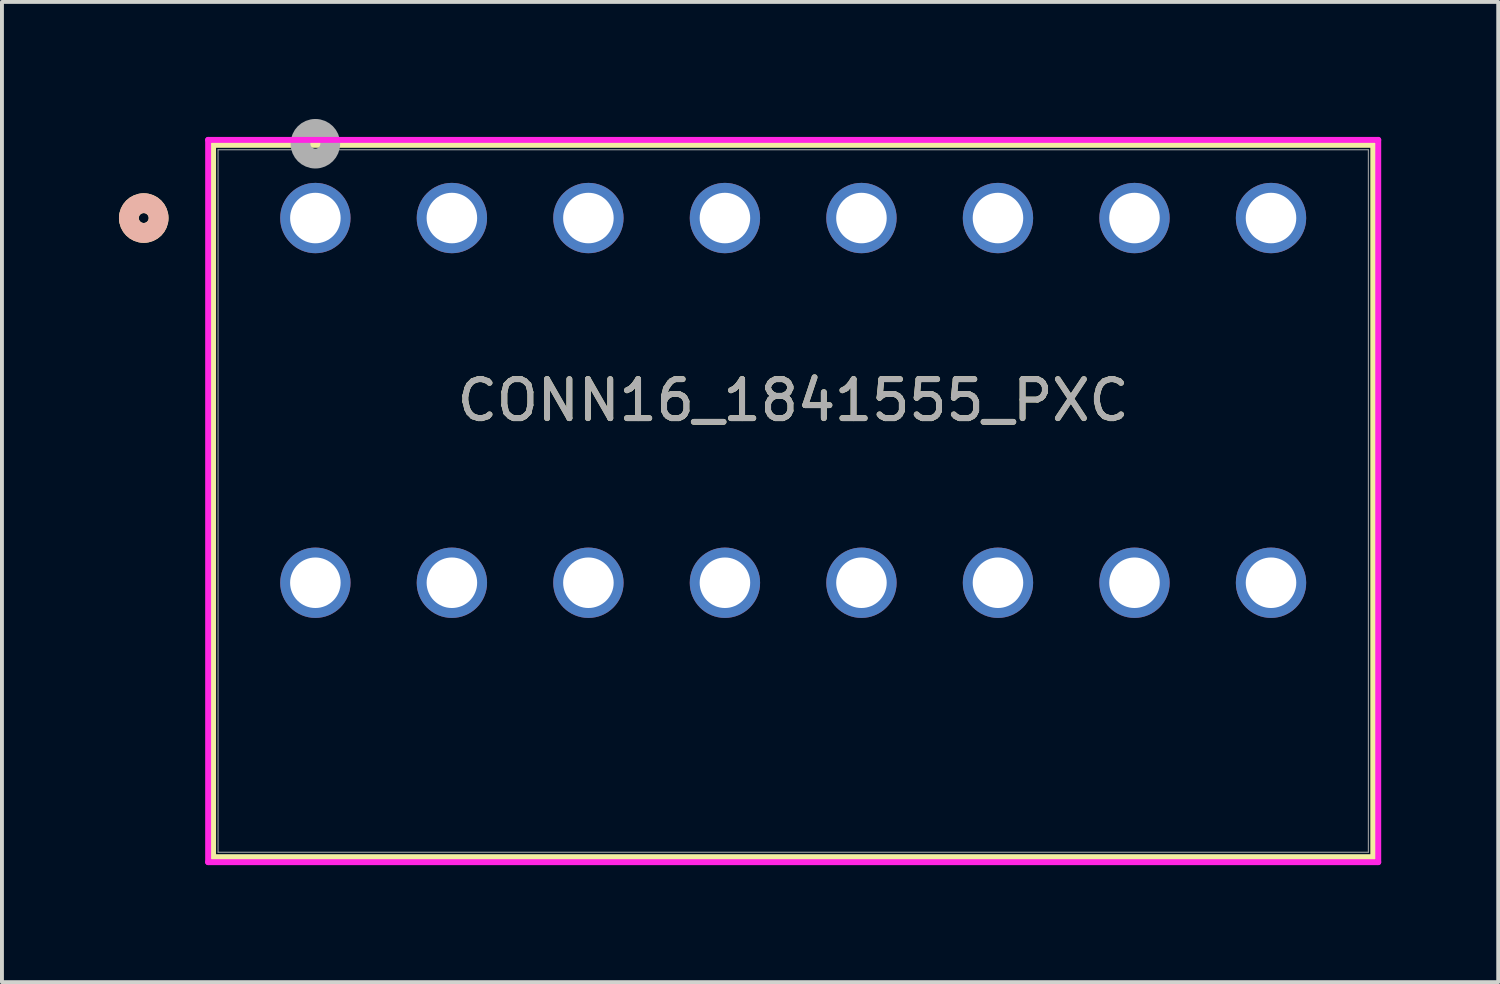
<source format=kicad_pcb>
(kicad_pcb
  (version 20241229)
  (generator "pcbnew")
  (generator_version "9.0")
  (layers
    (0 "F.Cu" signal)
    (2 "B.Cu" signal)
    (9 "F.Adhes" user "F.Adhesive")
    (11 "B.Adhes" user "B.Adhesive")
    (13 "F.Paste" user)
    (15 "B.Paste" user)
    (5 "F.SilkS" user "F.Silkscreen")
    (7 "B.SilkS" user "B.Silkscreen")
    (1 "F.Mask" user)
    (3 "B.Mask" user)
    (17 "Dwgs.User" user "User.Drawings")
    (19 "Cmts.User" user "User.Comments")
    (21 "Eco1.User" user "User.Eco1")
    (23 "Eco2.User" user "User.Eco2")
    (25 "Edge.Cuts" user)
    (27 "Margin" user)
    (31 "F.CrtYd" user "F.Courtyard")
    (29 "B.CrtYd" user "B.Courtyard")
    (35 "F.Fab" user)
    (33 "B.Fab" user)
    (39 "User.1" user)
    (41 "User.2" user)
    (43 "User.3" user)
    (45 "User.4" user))
  (footprint "CONN16_1841555_PXC"
    (layer "F.Cu")
    (at 5.035 2.54)
    (property "Reference" "CONN16_1841555_PXC" (at 12.25 4.675 0) (unlocked yes) (layer "F.SilkS") (effects (font (size 1 1) (thickness 0.15))))
    (attr through_hole)
    (fp_line (start -2.622 -1.877) (end -2.622 16.386) (stroke (width 0.152) (type solid)) (layer "F.SilkS"))
    (fp_line (start -2.622 16.386) (end 27.122 16.386) (stroke (width 0.152) (type solid)) (layer "F.SilkS"))
    (fp_line (start 27.122 -1.877) (end -2.622 -1.877) (stroke (width 0.152) (type solid)) (layer "F.SilkS"))
    (fp_line (start 27.122 16.386) (end 27.122 -1.877) (stroke (width 0.152) (type solid)) (layer "F.SilkS"))
    (fp_circle (center -4.4 0) (end -4.019 0) (stroke (width 0.508) (type solid)) (fill no) (layer "F.SilkS"))
    (fp_circle (center -4.4 0) (end -4.019 0) (stroke (width 0.508) (type solid)) (fill no) (layer "B.SilkS"))
    (fp_line (start -2.749 -2.004) (end -2.749 16.513) (stroke (width 0.152) (type solid)) (layer "F.CrtYd"))
    (fp_line (start -2.749 16.513) (end 27.249 16.513) (stroke (width 0.152) (type solid)) (layer "F.CrtYd"))
    (fp_line (start 27.249 -2.004) (end -2.749 -2.004) (stroke (width 0.152) (type solid)) (layer "F.CrtYd"))
    (fp_line (start 27.249 16.513) (end 27.249 -2.004) (stroke (width 0.152) (type solid)) (layer "F.CrtYd"))
    (fp_line (start -2.495 -1.75) (end -2.495 16.259) (stroke (width 0.025) (type solid)) (layer "F.Fab"))
    (fp_line (start -2.495 16.259) (end 26.995 16.259) (stroke (width 0.025) (type solid)) (layer "F.Fab"))
    (fp_line (start 26.995 -1.75) (end -2.495 -1.75) (stroke (width 0.025) (type solid)) (layer "F.Fab"))
    (fp_line (start 26.995 16.259) (end 26.995 -1.75) (stroke (width 0.025) (type solid)) (layer "F.Fab"))
    (fp_circle (center 0 -1.905) (end 0.381 -1.905) (stroke (width 0.508) (type solid)) (fill no) (layer "F.Fab"))
    (fp_text user "${REFERENCE}" (at 12.25 4.675 0) (unlocked yes) (layer "F.Fab") (effects (font (size 1 1) (thickness 0.15))))
    (pad "1" thru_hole circle (at 0 0) (size 1.803 1.803) (drill 1.295) (layers "*.Cu" "*.Mask"))
    (pad "2" thru_hole circle (at 3.5 0) (size 1.803 1.803) (drill 1.295) (layers "*.Cu" "*.Mask"))
    (pad "3" thru_hole circle (at 7 0) (size 1.803 1.803) (drill 1.295) (layers "*.Cu" "*.Mask"))
    (pad "4" thru_hole circle (at 10.5 0) (size 1.803 1.803) (drill 1.295) (layers "*.Cu" "*.Mask"))
    (pad "5" thru_hole circle (at 14 0) (size 1.803 1.803) (drill 1.295) (layers "*.Cu" "*.Mask"))
    (pad "6" thru_hole circle (at 17.5 0) (size 1.803 1.803) (drill 1.295) (layers "*.Cu" "*.Mask"))
    (pad "7" thru_hole circle (at 21 0) (size 1.803 1.803) (drill 1.295) (layers "*.Cu" "*.Mask"))
    (pad "8" thru_hole circle (at 24.5 0) (size 1.803 1.803) (drill 1.295) (layers "*.Cu" "*.Mask"))
    (pad "9" thru_hole circle (at 0 9.35) (size 1.803 1.803) (drill 1.295) (layers "*.Cu" "*.Mask"))
    (pad "10" thru_hole circle (at 3.5 9.35) (size 1.803 1.803) (drill 1.295) (layers "*.Cu" "*.Mask"))
    (pad "11" thru_hole circle (at 7 9.35) (size 1.803 1.803) (drill 1.295) (layers "*.Cu" "*.Mask"))
    (pad "12" thru_hole circle (at 10.5 9.35) (size 1.803 1.803) (drill 1.295) (layers "*.Cu" "*.Mask"))
    (pad "13" thru_hole circle (at 14 9.35) (size 1.803 1.803) (drill 1.295) (layers "*.Cu" "*.Mask"))
    (pad "14" thru_hole circle (at 17.5 9.35) (size 1.803 1.803) (drill 1.295) (layers "*.Cu" "*.Mask"))
    (pad "15" thru_hole circle (at 21 9.35) (size 1.803 1.803) (drill 1.295) (layers "*.Cu" "*.Mask"))
    (pad "16" thru_hole circle (at 24.5 9.35) (size 1.803 1.803) (drill 1.295) (layers "*.Cu" "*.Mask")))
  (gr_rect
    (start -3 -3)
    (end 35.36 22.129)
    (stroke (width 0.1) (type default))
    (fill no)
    (layer "Edge.Cuts")))
</source>
